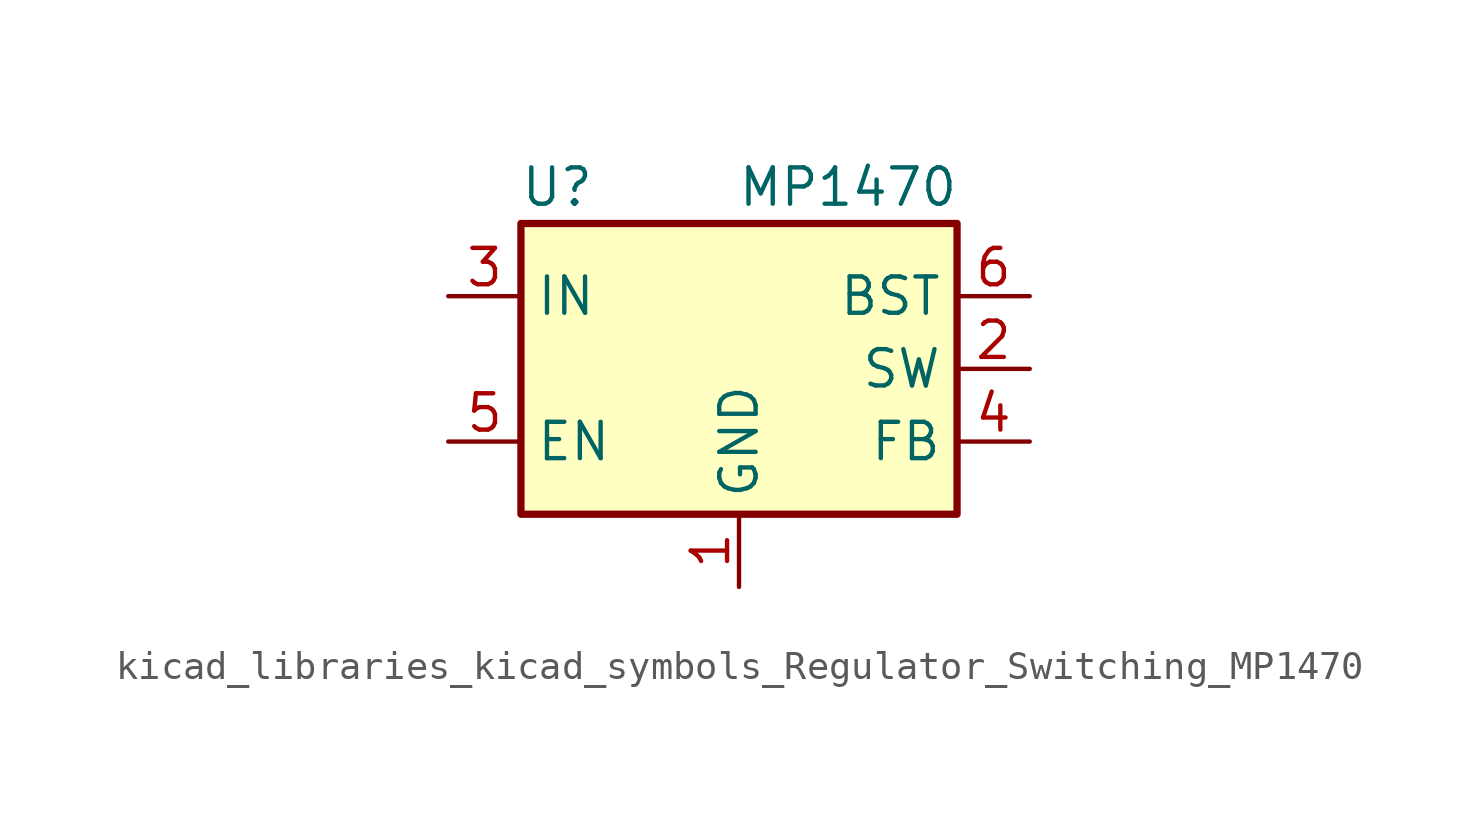
<source format=kicad_sym>
(kicad_symbol_lib
  (version 20220914)
  (generator kicad_symbol_editor)
  (symbol "kicad_libraries_kicad_symbols_Regulator_Switching_MP1470"
    (property "Reference" "U"
      (at -6.35 6.35 0)
      (effects (font (size 1.27 1.27))))
    (property "Value" "MP1470"
      (at 3.81 6.35 0)
      (effects (font (size 1.27 1.27))))
    (symbol "kicad_libraries_kicad_symbols_Regulator_Switching_MP1470_0_1"
      (rectangle (start -7.62 5.08) (end 7.62 -5.08) (stroke (width 0.254) (type default)) (fill (type background))))
    (symbol "kicad_libraries_kicad_symbols_Regulator_Switching_MP1470_1_1"
      (pin power_in line (at 0 -7.62 90) (length 2.54) (name "GND" (effects (font (size 1.27 1.27)))) (number "1" (effects (font (size 1.27 1.27)))))
      (pin power_out line (at 10.16 0 180) (length 2.54) (name "SW" (effects (font (size 1.27 1.27)))) (number "2" (effects (font (size 1.27 1.27)))))
      (pin power_in line (at -10.16 2.54 0) (length 2.54) (name "IN" (effects (font (size 1.27 1.27)))) (number "3" (effects (font (size 1.27 1.27)))))
      (pin input line (at 10.16 -2.54 180) (length 2.54) (name "FB" (effects (font (size 1.27 1.27)))) (number "4" (effects (font (size 1.27 1.27)))))
      (pin input line (at -10.16 -2.54 0) (length 2.54) (name "EN" (effects (font (size 1.27 1.27)))) (number "5" (effects (font (size 1.27 1.27)))))
      (pin passive line (at 10.16 2.54 180) (length 2.54) (name "BST" (effects (font (size 1.27 1.27)))) (number "6" (effects (font (size 1.27 1.27))))))))
</source>
